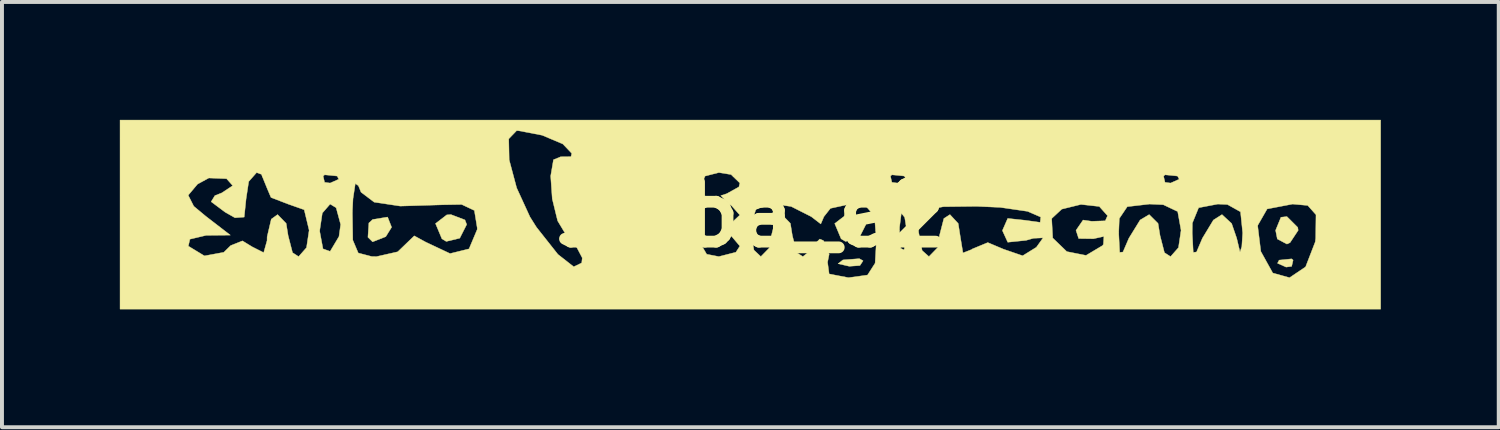
<source format=kicad_pcb>
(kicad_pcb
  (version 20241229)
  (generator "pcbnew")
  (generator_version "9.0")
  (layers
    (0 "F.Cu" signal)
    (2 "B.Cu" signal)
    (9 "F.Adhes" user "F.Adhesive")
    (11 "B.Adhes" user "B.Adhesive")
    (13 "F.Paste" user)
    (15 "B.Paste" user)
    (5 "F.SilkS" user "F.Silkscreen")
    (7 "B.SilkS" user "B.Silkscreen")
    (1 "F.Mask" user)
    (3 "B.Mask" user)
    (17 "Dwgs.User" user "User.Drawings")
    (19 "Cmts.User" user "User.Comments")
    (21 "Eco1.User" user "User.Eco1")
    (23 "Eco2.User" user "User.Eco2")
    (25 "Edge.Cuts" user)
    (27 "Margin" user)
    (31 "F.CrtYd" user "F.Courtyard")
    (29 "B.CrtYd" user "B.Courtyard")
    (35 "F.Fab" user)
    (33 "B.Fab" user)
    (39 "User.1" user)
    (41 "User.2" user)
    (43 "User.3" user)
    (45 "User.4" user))
  (footprint "shiba_e2"
    (layer "F.Cu")
    (at 16.047 2.411)
    (property "Reference" "shiba_e2" (at 0 0 0) (layer "F.SilkS") (effects (font (size 1.524 1.524) (thickness 0.3))))
    (attr through_hole)
    (fp_poly (pts (xy 2.869 1.175) (xy 2.789 1.297) (xy 2.518 1.316) (xy 2.232 1.25) (xy 2.356 1.154) (xy 2.774 1.122) (xy 2.869 1.175)) (stroke (width 0.01) (type solid)) (fill yes) (layer "F.SilkS"))
    (fp_poly (pts (xy 13.814 1.159) (xy 13.777 1.318) (xy 13.636 1.337) (xy 13.416 1.239) (xy 13.458 1.159) (xy 13.775 1.127) (xy 13.814 1.159)) (stroke (width 0.01) (type solid)) (fill yes) (layer "F.SilkS"))
    (fp_poly (pts (xy -9.13 0.322) (xy -9.279 0.562) (xy -9.614 0.694) (xy -9.733 0.577) (xy -9.709 0.214) (xy -9.612 0.125) (xy -9.232 0.063) (xy -9.13 0.322)) (stroke (width 0.01) (type solid)) (fill yes) (layer "F.SilkS"))
    (fp_poly (pts (xy -7.264 0.136) (xy -7.219 0.252) (xy -7.396 0.601) (xy -7.739 0.684) (xy -7.85 0.617) (xy -8.013 0.228) (xy -7.727 0.008) (xy -7.62 0) (xy -7.264 0.136)) (stroke (width 0.01) (type solid)) (fill yes) (layer "F.SilkS"))
    (fp_poly (pts (xy 2.896 0.136) (xy 2.941 0.252) (xy 2.764 0.601) (xy 2.421 0.684) (xy 2.31 0.617) (xy 2.147 0.228) (xy 2.433 0.008) (xy 2.54 0) (xy 2.896 0.136)) (stroke (width 0.01) (type solid)) (fill yes) (layer "F.SilkS"))
    (fp_poly (pts (xy 13.932 0.327) (xy 13.943 0.401) (xy 13.735 0.715) (xy 13.656 0.751) (xy 13.412 0.622) (xy 13.368 0.401) (xy 13.504 0.068) (xy 13.656 0.051) (xy 13.932 0.327)) (stroke (width 0.01) (type solid)) (fill yes) (layer "F.SilkS"))
    (fp_poly (pts (xy 16.042 2.406) (xy -16.042 2.406) (xy -16.042 -0.492) (xy -14.307 -0.492) (xy -14.165 -0.212) (xy -13.857 0.044) (xy -13.235 0.523) (xy -13.852 0.529) (xy -14.264 0.627) (xy -14.304 0.802) (xy -13.894 1.051) (xy -13.401 0.96) (xy -13.227 0.789) (xy -12.926 0.669) (xy -12.676 0.822) (xy -12.386 0.968) (xy -12.3 0.662) (xy -12.299 0.567) (xy -12.193 0.116) (xy -12.032 0) (xy -11.814 0.224) (xy -11.764 0.535) (xy -11.652 0.969) (xy -11.497 1.069) (xy -11.296 0.841) (xy -11.232 0.417) (xy -10.962 0.417) (xy -10.877 0.872) (xy -10.695 0.936) (xy -10.47 0.559) (xy -10.427 0.252) (xy -10.513 -0.067) (xy -10.129 -0.067) (xy -10.118 0.649) (xy -9.979 0.978) (xy -9.633 1.068) (xy -9.514 1.069) (xy -8.975 0.947) (xy -8.755 0.735) (xy -8.553 0.541) (xy -8.265 0.699) (xy -7.643 0.992) (xy -7.16 0.873) (xy -6.952 0.379) (xy -6.952 0.336) (xy -7.024 -0.105) (xy -7.347 -0.257) (xy -7.821 -0.249) (xy -8.91 -0.216) (xy -9.574 -0.316) (xy -9.908 -0.569) (xy -9.976 -0.735) (xy -10.054 -0.791) (xy -10.113 -0.402) (xy -10.129 -0.067) (xy -10.513 -0.067) (xy -10.542 -0.174) (xy -10.695 -0.267) (xy -10.894 -0.038) (xy -10.962 0.417) (xy -11.232 0.417) (xy -11.229 0.401) (xy -11.355 -0.123) (xy -11.764 -0.267) (xy -12.2 -0.435) (xy -12.299 -0.668) (xy -12.426 -0.98) (xy -10.873 -0.98) (xy -10.836 -0.821) (xy -10.695 -0.802) (xy -10.475 -0.9) (xy -10.516 -0.98) (xy -10.834 -1.012) (xy -10.873 -0.98) (xy -12.426 -0.98) (xy -12.443 -1.024) (xy -12.566 -1.069) (xy -12.767 -0.841) (xy -12.834 -0.399) (xy -12.882 0.064) (xy -13.117 0.081) (xy -13.367 -0.061) (xy -13.723 -0.327) (xy -13.628 -0.483) (xy -13.452 -0.552) (xy -13.174 -0.736) (xy -13.331 -0.913) (xy -13.782 -0.931) (xy -14.069 -0.775) (xy -14.307 -0.492) (xy -16.042 -0.492) (xy -16.042 -1.927) (xy -6.149 -1.927) (xy -6.138 -1.392) (xy -5.948 -0.68) (xy -5.609 0.059) (xy -5.445 0.32) (xy -4.897 1.013) (xy -4.495 1.328) (xy -4.292 1.23) (xy -4.278 1.102) (xy -4.461 0.754) (xy -4.679 0.535) (xy -4.904 0.161) (xy -4.944 0) (xy -1.337 0) (xy -1.292 0.7) (xy -1.111 1.009) (xy -0.802 1.069) (xy -0.368 0.958) (xy -0.267 0.802) (xy -0.479 0.551) (xy -0.602 0.531) (xy -0.742 0.438) (xy -0.698 0.401) (xy 0 0.401) (xy 0.092 0.904) (xy 0.267 1.069) (xy 0.485 0.846) (xy 0.535 0.535) (xy 0.647 0.1) (xy 0.802 0) (xy 1.019 0.224) (xy 1.069 0.535) (xy 1.181 0.969) (xy 1.337 1.069) (xy 1.594 0.864) (xy 1.604 0.786) (xy 1.766 0.623) (xy 1.86 0.661) (xy 2.006 1.009) (xy 1.965 1.212) (xy 2.005 1.511) (xy 2.489 1.604) (xy 2.511 1.604) (xy 2.982 1.539) (xy 3.175 1.237) (xy 3.208 0.668) (xy 3.187 0.401) (xy 3.795 0.401) (xy 3.824 0.858) (xy 3.908 0.898) (xy 3.919 0.874) (xy 3.963 0.423) (xy 4.278 0.423) (xy 4.372 0.915) (xy 4.545 1.069) (xy 4.762 0.846) (xy 4.813 0.535) (xy 4.925 0.1) (xy 5.08 0) (xy 5.29 0.226) (xy 5.347 0.588) (xy 5.411 0.976) (xy 5.636 0.888) (xy 5.649 0.875) (xy 6.043 0.712) (xy 6.444 0.881) (xy 6.93 1.048) (xy 7.279 0.832) (xy 7.451 0.592) (xy 7.205 0.603) (xy 7.018 0.656) (xy 6.551 0.704) (xy 6.417 0.411) (xy 6.417 0.401) (xy 6.55 0.098) (xy 6.985 0.144) (xy 7.376 0.198) (xy 7.388 0.101) (xy 7.669 0.101) (xy 7.696 0.596) (xy 8.054 0.942) (xy 8.543 1.039) (xy 8.964 0.788) (xy 8.985 0.757) (xy 8.998 0.556) (xy 8.733 0.615) (xy 8.356 0.61) (xy 8.31 0.468) (xy 9.375 0.468) (xy 9.4 0.962) (xy 9.483 0.953) (xy 9.634 0.602) (xy 9.92 0.138) (xy 10.151 0) (xy 10.376 0.224) (xy 10.427 0.535) (xy 10.539 0.969) (xy 10.695 1.069) (xy 10.896 0.841) (xy 10.952 0.468) (xy 11.246 0.468) (xy 11.272 0.962) (xy 11.355 0.953) (xy 11.505 0.602) (xy 11.785 0.139) (xy 12.004 0) (xy 12.249 0.227) (xy 12.378 0.602) (xy 12.462 0.954) (xy 12.508 0.814) (xy 12.53 0.468) (xy 12.511 0.279) (xy 12.911 0.279) (xy 12.992 0.938) (xy 13.296 1.487) (xy 13.723 1.606) (xy 14.131 1.331) (xy 14.377 0.695) (xy 14.388 0.602) (xy 14.396 0.004) (xy 14.186 -0.232) (xy 13.802 -0.267) (xy 13.153 -0.143) (xy 12.911 0.279) (xy 12.511 0.279) (xy 12.475 -0.07) (xy 12.142 -0.256) (xy 11.898 -0.267) (xy 11.409 -0.174) (xy 11.25 0.215) (xy 11.246 0.468) (xy 10.952 0.468) (xy 10.962 0.401) (xy 10.876 -0.077) (xy 10.509 -0.251) (xy 10.16 -0.267) (xy 9.593 -0.201) (xy 9.39 0.1) (xy 9.375 0.468) (xy 8.31 0.468) (xy 8.288 0.401) (xy 8.468 0.139) (xy 8.689 0.171) (xy 9.033 0.159) (xy 9.091 0.029) (xy 8.881 -0.206) (xy 8.414 -0.258) (xy 7.926 -0.138) (xy 7.669 0.101) (xy 7.388 0.101) (xy 7.392 0.064) (xy 7.055 -0.082) (xy 6.36 -0.183) (xy 5.754 -0.21) (xy 4.91 -0.2) (xy 4.469 -0.113) (xy 4.302 0.106) (xy 4.278 0.423) (xy 3.963 0.423) (xy 3.971 0.343) (xy 3.928 0.072) (xy 3.843 -0.037) (xy 3.797 0.318) (xy 3.795 0.401) (xy 3.187 0.401) (xy 3.158 0.036) (xy 2.934 -0.223) (xy 2.54 -0.267) (xy 2.038 -0.158) (xy 1.872 0.053) (xy 1.793 0.239) (xy 1.551 0.053) (xy 1.039 -0.206) (xy 0.615 -0.267) (xy 0.143 -0.143) (xy 0.001 0.326) (xy 0 0.401) (xy -0.698 0.401) (xy -0.535 0.263) (xy -0.268 0.012) (xy -0.481 -0.228) (xy -0.535 -0.263) (xy -0.753 -0.483) (xy -0.602 -0.531) (xy -0.291 -0.704) (xy -0.267 -0.802) (xy -0.451 -0.98) (xy 3.565 -0.98) (xy 3.602 -0.821) (xy 3.743 -0.802) (xy 3.963 -0.9) (xy 3.921 -0.98) (xy 10.516 -0.98) (xy 10.553 -0.821) (xy 10.695 -0.802) (xy 10.915 -0.9) (xy 10.873 -0.98) (xy 10.556 -1.012) (xy 10.516 -0.98) (xy 3.921 -0.98) (xy 3.604 -1.012) (xy 3.565 -0.98) (xy -0.451 -0.98) (xy -0.491 -1.019) (xy -0.802 -1.069) (xy -1.152 -0.98) (xy -1.307 -0.617) (xy -1.337 0) (xy -4.944 0) (xy -5.042 -0.402) (xy -5.082 -0.98) (xy -5.011 -1.396) (xy -4.819 -1.474) (xy -4.813 -1.471) (xy -4.565 -1.474) (xy -4.545 -1.557) (xy -4.772 -1.796) (xy -5.299 -2.019) (xy -5.9 -2.134) (xy -5.949 -2.135) (xy -6.149 -1.927) (xy -16.042 -1.927) (xy -16.042 -2.406) (xy 16.042 -2.406) (xy 16.042 2.406)) (stroke (width 0.01) (type solid)) (fill yes) (layer "F.SilkS")))
  (gr_rect
    (start -3 -3)
    (end 35.094 7.823)
    (stroke (width 0.1) (type default))
    (fill no)
    (layer "Edge.Cuts")))
</source>
